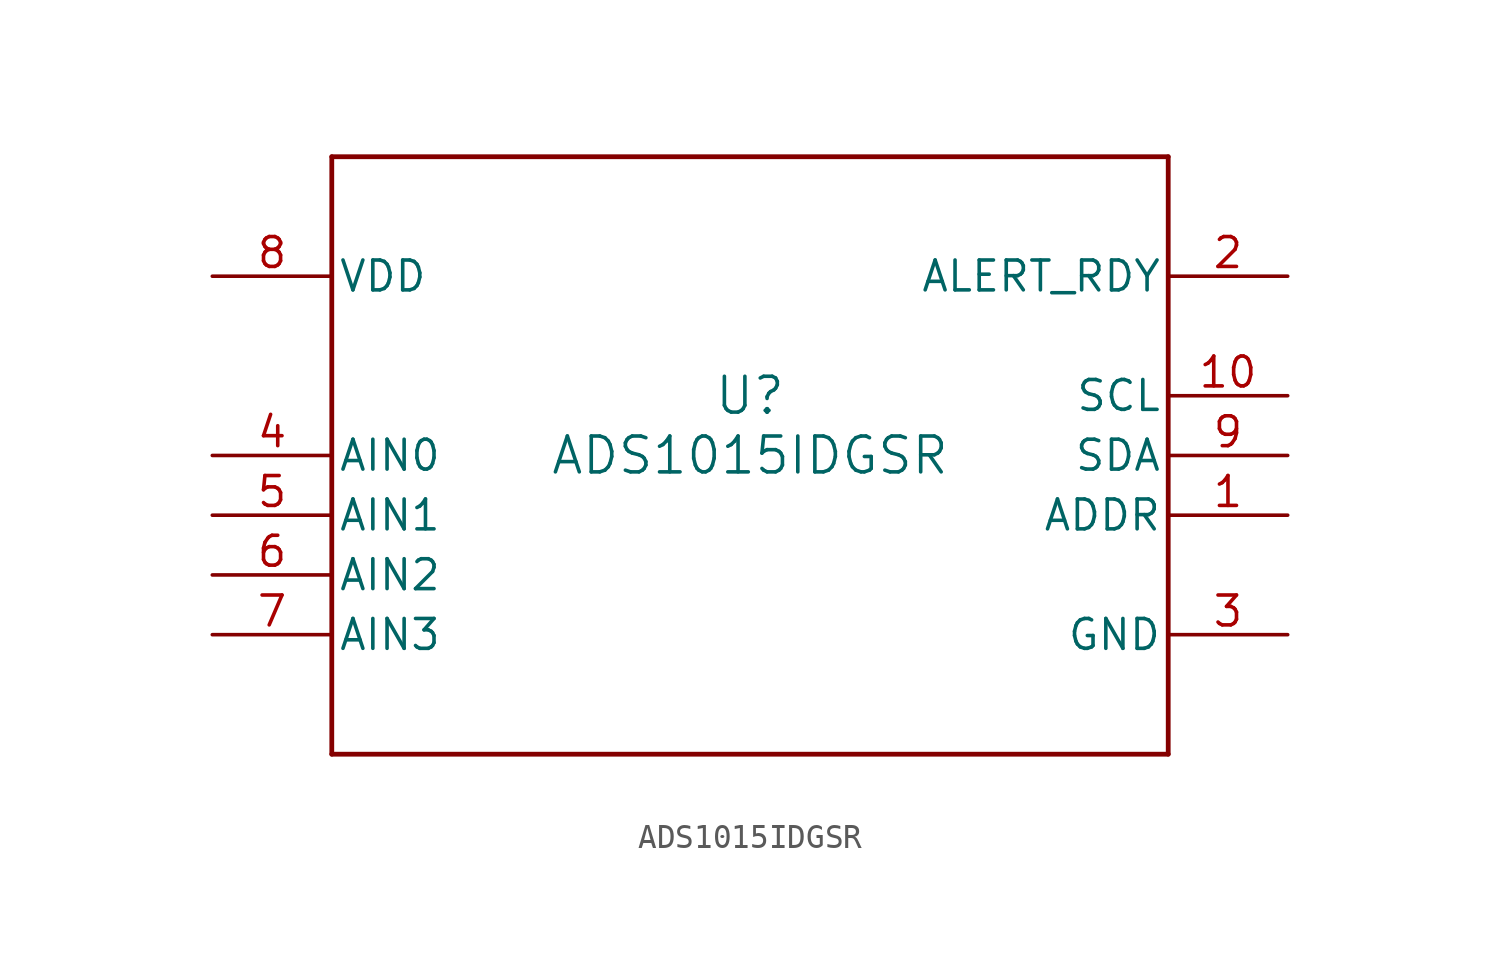
<source format=kicad_sym>
(kicad_symbol_lib
  (version 20211014)
  (generator kicad_symbol_editor)
  (symbol "ADS1015IDGSR"
    (pin_names
      (offset 0.254))
    (property "Reference" "U"
      (at 0 2.54 0)
      (effects (font (size 1.524 1.524))))
    (property "Value" "ADS1015IDGSR"
      (at 0 0 0)
      (effects (font (size 1.524 1.524))))
    (symbol "ADS1015IDGSR_0_1"
      (polyline (pts (xy -17.78 -12.7) (xy 17.78 -12.7)) (stroke (width 0.203) (type default) (color 0 0 0 0)) (fill (type none)))
      (polyline (pts (xy 17.78 -12.7) (xy 17.78 12.7)) (stroke (width 0.203) (type default) (color 0 0 0 0)) (fill (type none)))
      (polyline (pts (xy 17.78 12.7) (xy -17.78 12.7)) (stroke (width 0.203) (type default) (color 0 0 0 0)) (fill (type none)))
      (polyline (pts (xy -17.78 12.7) (xy -17.78 -12.7)) (stroke (width 0.203) (type default) (color 0 0 0 0)) (fill (type none)))
      (pin input line (at 22.86 -2.54 180) (length 5.08) (name "ADDR" (effects (font (size 1.27 1.27)))) (number "1" (effects (font (size 1.27 1.27)))))
      (pin output line (at 22.86 7.62 180) (length 5.08) (name "ALERT_RDY" (effects (font (size 1.27 1.27)))) (number "2" (effects (font (size 1.27 1.27)))))
      (pin power_in line (at 22.86 -7.62 180) (length 5.08) (name "GND" (effects (font (size 1.27 1.27)))) (number "3" (effects (font (size 1.27 1.27)))))
      (pin input line (at -22.86 0 0) (length 5.08) (name "AIN0" (effects (font (size 1.27 1.27)))) (number "4" (effects (font (size 1.27 1.27)))))
      (pin input line (at -22.86 -2.54 0) (length 5.08) (name "AIN1" (effects (font (size 1.27 1.27)))) (number "5" (effects (font (size 1.27 1.27)))))
      (pin input line (at -22.86 -5.08 0) (length 5.08) (name "AIN2" (effects (font (size 1.27 1.27)))) (number "6" (effects (font (size 1.27 1.27)))))
      (pin input line (at -22.86 -7.62 0) (length 5.08) (name "AIN3" (effects (font (size 1.27 1.27)))) (number "7" (effects (font (size 1.27 1.27)))))
      (pin power_in line (at -22.86 7.62 0) (length 5.08) (name "VDD" (effects (font (size 1.27 1.27)))) (number "8" (effects (font (size 1.27 1.27)))))
      (pin bidirectional line (at 22.86 0 180) (length 5.08) (name "SDA" (effects (font (size 1.27 1.27)))) (number "9" (effects (font (size 1.27 1.27)))))
      (pin input line (at 22.86 2.54 180) (length 5.08) (name "SCL" (effects (font (size 1.27 1.27)))) (number "10" (effects (font (size 1.27 1.27))))))))
</source>
